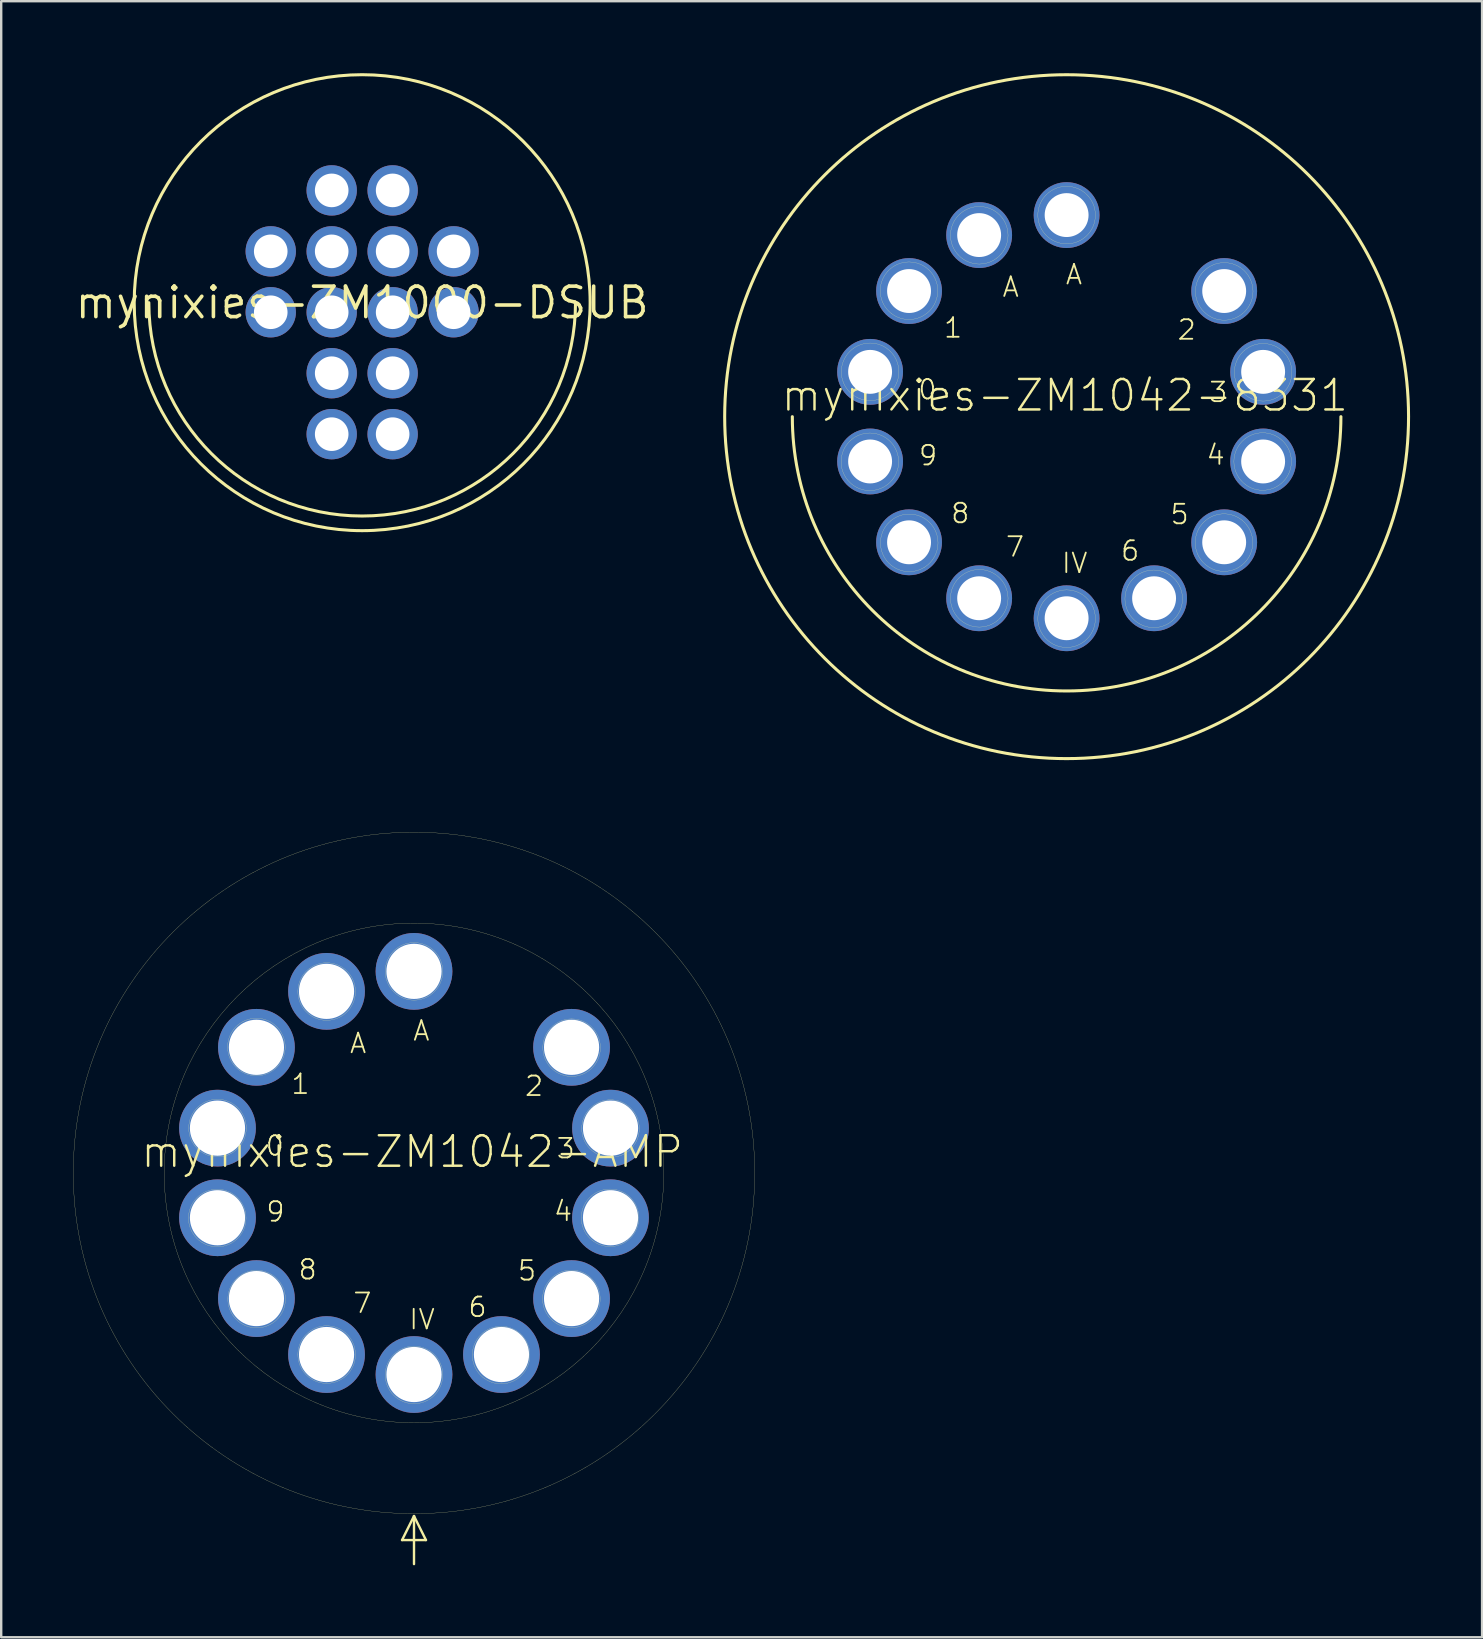
<source format=kicad_pcb>
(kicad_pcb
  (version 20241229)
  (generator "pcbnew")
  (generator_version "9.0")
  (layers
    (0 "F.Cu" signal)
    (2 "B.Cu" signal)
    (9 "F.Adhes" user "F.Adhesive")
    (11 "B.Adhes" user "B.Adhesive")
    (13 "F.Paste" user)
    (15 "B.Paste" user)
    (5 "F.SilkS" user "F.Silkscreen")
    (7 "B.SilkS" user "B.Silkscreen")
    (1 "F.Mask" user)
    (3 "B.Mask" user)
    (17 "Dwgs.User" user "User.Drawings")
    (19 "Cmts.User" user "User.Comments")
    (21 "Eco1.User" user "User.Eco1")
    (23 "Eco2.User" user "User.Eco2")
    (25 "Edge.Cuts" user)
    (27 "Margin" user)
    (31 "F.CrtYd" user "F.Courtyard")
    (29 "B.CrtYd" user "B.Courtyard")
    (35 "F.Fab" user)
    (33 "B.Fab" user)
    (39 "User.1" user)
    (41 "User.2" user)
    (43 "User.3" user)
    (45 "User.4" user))
  (footprint "mynixies-ZM1042-AMP"
    (layer "F.Cu")
    (at 14.202 45.828)
    (property "Reference" "mynixies-ZM1042-AMP" (at -0.074 -0.884 0) (layer "F.SilkS") (effects (font (size 1.27 1.27) (thickness 0.102))))
    (attr exclude_from_pos_files exclude_from_bom)
    (fp_line (start -0.498 15.298) (end 0.498 15.298) (stroke (width 0.1) (type solid)) (layer "F.SilkS"))
    (fp_line (start 0 14.298) (end -0.498 15.298) (stroke (width 0.1) (type solid)) (layer "F.SilkS"))
    (fp_line (start 0 14.298) (end 0 16.299) (stroke (width 0.1) (type solid)) (layer "F.SilkS"))
    (fp_line (start 0.498 15.298) (end 0 14.298) (stroke (width 0.1) (type solid)) (layer "F.SilkS"))
    (fp_circle (center -8.199 1.88) (end -8.199 0.681) (stroke (width 0.008) (type solid)) (fill no) (layer "F.SilkS"))
    (fp_circle (center -8.189 -1.869) (end -8.189 -3.068) (stroke (width 0.008) (type solid)) (fill no) (layer "F.SilkS"))
    (fp_circle (center -6.568 -5.248) (end -6.568 -6.447) (stroke (width 0.008) (type solid)) (fill no) (layer "F.SilkS"))
    (fp_circle (center -6.558 5.258) (end -6.558 4.059) (stroke (width 0.008) (type solid)) (fill no) (layer "F.SilkS"))
    (fp_circle (center -3.64 -7.559) (end -3.64 -8.758) (stroke (width 0.008) (type solid)) (fill no) (layer "F.SilkS"))
    (fp_circle (center -3.64 7.569) (end -3.64 6.37) (stroke (width 0.008) (type solid)) (fill no) (layer "F.SilkS"))
    (fp_circle (center 0 -8.4) (end 0 -9.599) (stroke (width 0.008) (type solid)) (fill no) (layer "F.SilkS"))
    (fp_circle (center 0 0) (end 0 -14.199) (stroke (width 0.008) (type solid)) (fill no) (layer "F.SilkS"))
    (fp_circle (center 0 0) (end 0 -10.409) (stroke (width 0.008) (type solid)) (fill no) (layer "F.SilkS"))
    (fp_circle (center 0 8.418) (end 0 7.219) (stroke (width 0.008) (type solid)) (fill no) (layer "F.SilkS"))
    (fp_circle (center 3.63 7.59) (end 3.63 6.391) (stroke (width 0.008) (type solid)) (fill no) (layer "F.SilkS"))
    (fp_circle (center 6.558 5.248) (end 6.558 4.049) (stroke (width 0.008) (type solid)) (fill no) (layer "F.SilkS"))
    (fp_circle (center 6.568 -5.22) (end 6.568 -6.419) (stroke (width 0.008) (type solid)) (fill no) (layer "F.SilkS"))
    (fp_circle (center 8.169 1.869) (end 8.169 0.671) (stroke (width 0.008) (type solid)) (fill no) (layer "F.SilkS"))
    (fp_circle (center 8.189 -1.849) (end 8.189 -3.048) (stroke (width 0.008) (type solid)) (fill no) (layer "F.SilkS"))
    (fp_text user "4" (at 6.21 1.593 0) (layer "F.SilkS") (effects (font (size 0.813 0.813) (thickness 0.076))))
    (fp_text user "9" (at -5.773 1.618 0) (layer "F.SilkS") (effects (font (size 0.813 0.813) (thickness 0.076))))
    (fp_text user "1" (at -4.732 -3.703 0) (layer "F.SilkS") (effects (font (size 0.813 0.813) (thickness 0.076))))
    (fp_text user "A" (at -2.329 -5.403 0) (layer "F.SilkS") (effects (font (size 0.813 0.813) (thickness 0.076))))
    (fp_text user "6" (at 2.647 5.591 0) (layer "F.SilkS") (effects (font (size 0.813 0.813) (thickness 0.076))))
    (fp_text user "IV" (at 0.335 6.104 0) (layer "F.SilkS") (effects (font (size 0.813 0.813) (thickness 0.076))))
    (fp_text user "5" (at 4.709 4.072 0) (layer "F.SilkS") (effects (font (size 0.813 0.813) (thickness 0.076))))
    (fp_text user "8" (at -4.432 4.028 0) (layer "F.SilkS") (effects (font (size 0.813 0.813) (thickness 0.076))))
    (fp_text user "A" (at 0.307 -5.923 0) (layer "F.SilkS") (effects (font (size 0.813 0.813) (thickness 0.076))))
    (fp_text user "0" (at -5.801 -1.13 0) (layer "F.SilkS") (effects (font (size 0.813 0.813) (thickness 0.076))))
    (fp_text user "2" (at 5.004 -3.619 0) (layer "F.SilkS") (effects (font (size 0.813 0.813) (thickness 0.076))))
    (fp_text user "3" (at 6.322 -1.019 0) (layer "F.SilkS") (effects (font (size 0.813 0.813) (thickness 0.076))))
    (fp_text user "7" (at -2.151 5.423 0) (layer "F.SilkS") (effects (font (size 0.813 0.813) (thickness 0.076))))
    (pad "0" thru_hole circle (at -8.189 -1.867) (size 3.198 3.198) (drill 2.299) (layers "*.Cu" "*.Mask"))
    (pad "1" thru_hole circle (at -6.566 -5.235) (size 3.198 3.198) (drill 2.299) (layers "*.Cu" "*.Mask"))
    (pad "2" thru_hole circle (at 6.566 -5.235) (size 3.198 3.198) (drill 2.299) (layers "*.Cu" "*.Mask"))
    (pad "3" thru_hole circle (at 8.189 -1.867) (size 3.198 3.198) (drill 2.299) (layers "*.Cu" "*.Mask"))
    (pad "4" thru_hole circle (at 8.189 1.867) (size 3.198 3.198) (drill 2.299) (layers "*.Cu" "*.Mask"))
    (pad "5" thru_hole circle (at 6.566 5.235) (size 3.198 3.198) (drill 2.299) (layers "*.Cu" "*.Mask"))
    (pad "6" thru_hole circle (at 3.645 7.567) (size 3.198 3.198) (drill 2.299) (layers "*.Cu" "*.Mask"))
    (pad "7" thru_hole circle (at -3.645 7.567) (size 3.198 3.198) (drill 2.299) (layers "*.Cu" "*.Mask"))
    (pad "8" thru_hole circle (at -6.566 5.235) (size 3.198 3.198) (drill 2.299) (layers "*.Cu" "*.Mask"))
    (pad "9" thru_hole circle (at -8.189 1.867) (size 3.198 3.198) (drill 2.299) (layers "*.Cu" "*.Mask"))
    (pad "A" thru_hole circle (at 0 -8.4) (size 3.198 3.198) (drill 2.299) (layers "*.Cu" "*.Mask"))
    (pad "A1" thru_hole circle (at -3.645 -7.567) (size 3.198 3.198) (drill 2.299) (layers "*.Cu" "*.Mask"))
    (pad "IV" thru_hole circle (at 0 8.4) (size 3.198 3.198) (drill 2.299) (layers "*.Cu" "*.Mask")))
  (footprint "mynixies-ZM1042-8331"
    (layer "F.Cu")
    (at 41.397 14.313)
    (property "Reference" "mynixies-ZM1042-8331" (at -0.074 -0.884 0) (layer "F.SilkS") (effects (font (size 1.27 1.27) (thickness 0.102))))
    (attr exclude_from_pos_files exclude_from_bom)
    (fp_arc (start 11.43 0) (mid 0 11.43) (end -11.43 0) (stroke (width 0.127) (type solid)) (layer "F.SilkS"))
    (fp_circle (center -8.199 1.88) (end -8.199 0.681) (stroke (width 0.008) (type solid)) (fill no) (layer "F.SilkS"))
    (fp_circle (center -8.189 -1.869) (end -8.189 -3.068) (stroke (width 0.008) (type solid)) (fill no) (layer "F.SilkS"))
    (fp_circle (center -6.568 -5.248) (end -6.568 -6.447) (stroke (width 0.008) (type solid)) (fill no) (layer "F.SilkS"))
    (fp_circle (center -6.558 5.258) (end -6.558 4.059) (stroke (width 0.008) (type solid)) (fill no) (layer "F.SilkS"))
    (fp_circle (center -3.64 -7.559) (end -3.64 -8.758) (stroke (width 0.008) (type solid)) (fill no) (layer "F.SilkS"))
    (fp_circle (center -3.64 7.569) (end -3.64 6.37) (stroke (width 0.008) (type solid)) (fill no) (layer "F.SilkS"))
    (fp_circle (center 0 -8.4) (end 0 -9.599) (stroke (width 0.008) (type solid)) (fill no) (layer "F.SilkS"))
    (fp_circle (center 0 0) (end 0 -14.249) (stroke (width 0.127) (type solid)) (fill no) (layer "F.SilkS"))
    (fp_circle (center 0 8.418) (end 0 7.219) (stroke (width 0.008) (type solid)) (fill no) (layer "F.SilkS"))
    (fp_circle (center 3.63 7.59) (end 3.63 6.391) (stroke (width 0.008) (type solid)) (fill no) (layer "F.SilkS"))
    (fp_circle (center 6.558 5.248) (end 6.558 4.049) (stroke (width 0.008) (type solid)) (fill no) (layer "F.SilkS"))
    (fp_circle (center 6.568 -5.22) (end 6.568 -6.419) (stroke (width 0.008) (type solid)) (fill no) (layer "F.SilkS"))
    (fp_circle (center 8.169 1.869) (end 8.169 0.671) (stroke (width 0.008) (type solid)) (fill no) (layer "F.SilkS"))
    (fp_circle (center 8.189 -1.849) (end 8.189 -3.048) (stroke (width 0.008) (type solid)) (fill no) (layer "F.SilkS"))
    (fp_text user "A" (at 0.307 -5.923 0) (layer "F.SilkS") (effects (font (size 0.813 0.813) (thickness 0.076))))
    (fp_text user "3" (at 6.322 -1.019 0) (layer "F.SilkS") (effects (font (size 0.813 0.813) (thickness 0.076))))
    (fp_text user "4" (at 6.21 1.593 0) (layer "F.SilkS") (effects (font (size 0.813 0.813) (thickness 0.076))))
    (fp_text user "8" (at -4.432 4.028 0) (layer "F.SilkS") (effects (font (size 0.813 0.813) (thickness 0.076))))
    (fp_text user "1" (at -4.732 -3.701 0) (layer "F.SilkS") (effects (font (size 0.813 0.813) (thickness 0.076))))
    (fp_text user "A" (at -2.329 -5.403 0) (layer "F.SilkS") (effects (font (size 0.813 0.813) (thickness 0.076))))
    (fp_text user "6" (at 2.647 5.591 0) (layer "F.SilkS") (effects (font (size 0.813 0.813) (thickness 0.076))))
    (fp_text user "7" (at -2.151 5.423 0) (layer "F.SilkS") (effects (font (size 0.813 0.813) (thickness 0.076))))
    (fp_text user "2" (at 5.004 -3.619 0) (layer "F.SilkS") (effects (font (size 0.813 0.813) (thickness 0.076))))
    (fp_text user "9" (at -5.773 1.618 0) (layer "F.SilkS") (effects (font (size 0.813 0.813) (thickness 0.076))))
    (fp_text user "IV" (at 0.335 6.104 0) (layer "F.SilkS") (effects (font (size 0.813 0.813) (thickness 0.076))))
    (fp_text user "0" (at -5.801 -1.13 0) (layer "F.SilkS") (effects (font (size 0.813 0.813) (thickness 0.076))))
    (fp_text user "5" (at 4.709 4.072 0) (layer "F.SilkS") (effects (font (size 0.813 0.813) (thickness 0.076))))
    (pad "0" thru_hole circle (at -8.189 -1.867) (size 2.743 2.743) (drill 1.829) (layers "*.Cu" "*.Mask"))
    (pad "1" thru_hole circle (at -6.566 -5.235) (size 2.743 2.743) (drill 1.829) (layers "*.Cu" "*.Mask"))
    (pad "2" thru_hole circle (at 6.566 -5.235) (size 2.743 2.743) (drill 1.829) (layers "*.Cu" "*.Mask"))
    (pad "3" thru_hole circle (at 8.189 -1.867) (size 2.743 2.743) (drill 1.829) (layers "*.Cu" "*.Mask"))
    (pad "4" thru_hole circle (at 8.189 1.867) (size 2.743 2.743) (drill 1.829) (layers "*.Cu" "*.Mask"))
    (pad "5" thru_hole circle (at 6.566 5.235) (size 2.743 2.743) (drill 1.829) (layers "*.Cu" "*.Mask"))
    (pad "6" thru_hole circle (at 3.645 7.567) (size 2.743 2.743) (drill 1.829) (layers "*.Cu" "*.Mask"))
    (pad "7" thru_hole circle (at -3.645 7.567) (size 2.743 2.743) (drill 1.829) (layers "*.Cu" "*.Mask"))
    (pad "8" thru_hole circle (at -6.566 5.235) (size 2.743 2.743) (drill 1.829) (layers "*.Cu" "*.Mask"))
    (pad "9" thru_hole circle (at -8.189 1.867) (size 2.743 2.743) (drill 1.829) (layers "*.Cu" "*.Mask"))
    (pad "A" thru_hole circle (at 0 -8.4) (size 2.743 2.743) (drill 1.829) (layers "*.Cu" "*.Mask"))
    (pad "A1" thru_hole circle (at -3.645 -7.567) (size 2.743 2.743) (drill 1.829) (layers "*.Cu" "*.Mask"))
    (pad "IV" thru_hole circle (at 0 8.4) (size 2.743 2.743) (drill 1.829) (layers "*.Cu" "*.Mask")))
  (footprint "mynixies-ZM1000-DSUB"
    (layer "F.Cu")
    (at 12.042 9.563)
    (property "Reference" "mynixies-ZM1000-DSUB" (at 0 0 0) (layer "F.SilkS") (effects (font (size 1.27 1.27) (thickness 0.15))))
    (attr exclude_from_pos_files exclude_from_bom)
    (fp_arc (start 8.89 0) (mid 0 8.89) (end -8.89 0) (stroke (width 0.127) (type solid)) (layer "F.SilkS"))
    (fp_circle (center 0 0) (end 0 -9.5) (stroke (width 0.127) (type solid)) (fill no) (layer "F.SilkS"))
    (pad "0" thru_hole circle (at -1.27 0.399) (size 2.098 2.098) (drill 1.4) (layers "*.Cu" "*.Mask"))
    (pad "1" thru_hole circle (at 1.27 5.479) (size 2.098 2.098) (drill 1.4) (layers "*.Cu" "*.Mask"))
    (pad "2" thru_hole circle (at 1.27 2.939) (size 2.098 2.098) (drill 1.4) (layers "*.Cu" "*.Mask"))
    (pad "3" thru_hole circle (at 1.27 0.399) (size 2.098 2.098) (drill 1.4) (layers "*.Cu" "*.Mask"))
    (pad "4" thru_hole circle (at 1.27 -2.139) (size 2.098 2.098) (drill 1.4) (layers "*.Cu" "*.Mask"))
    (pad "5" thru_hole circle (at 1.27 -4.679) (size 2.098 2.098) (drill 1.4) (layers "*.Cu" "*.Mask"))
    (pad "6" thru_hole circle (at -1.27 -4.679) (size 2.098 2.098) (drill 1.4) (layers "*.Cu" "*.Mask"))
    (pad "7" thru_hole circle (at -1.27 -2.139) (size 2.098 2.098) (drill 1.4) (layers "*.Cu" "*.Mask"))
    (pad "8" thru_hole circle (at -1.27 5.479) (size 2.098 2.098) (drill 1.4) (layers "*.Cu" "*.Mask"))
    (pad "9" thru_hole circle (at -1.27 2.939) (size 2.098 2.098) (drill 1.4) (layers "*.Cu" "*.Mask"))
    (pad "A1" thru_hole circle (at 3.81 -2.139) (size 2.098 2.098) (drill 1.4) (layers "*.Cu" "*.Mask"))
    (pad "A2" thru_hole circle (at -3.81 -2.139) (size 2.098 2.098) (drill 1.4) (layers "*.Cu" "*.Mask"))
    (pad "DP" thru_hole circle (at -3.81 0.399) (size 2.098 2.098) (drill 1.4) (layers "*.Cu" "*.Mask"))
    (pad "PR" thru_hole circle (at 3.81 0.399) (size 2.098 2.098) (drill 1.4) (layers "*.Cu" "*.Mask")))
  (gr_rect
    (start -3 -3)
    (end 58.71 65.177)
    (stroke (width 0.1) (type default))
    (fill no)
    (layer "Edge.Cuts")))
</source>
